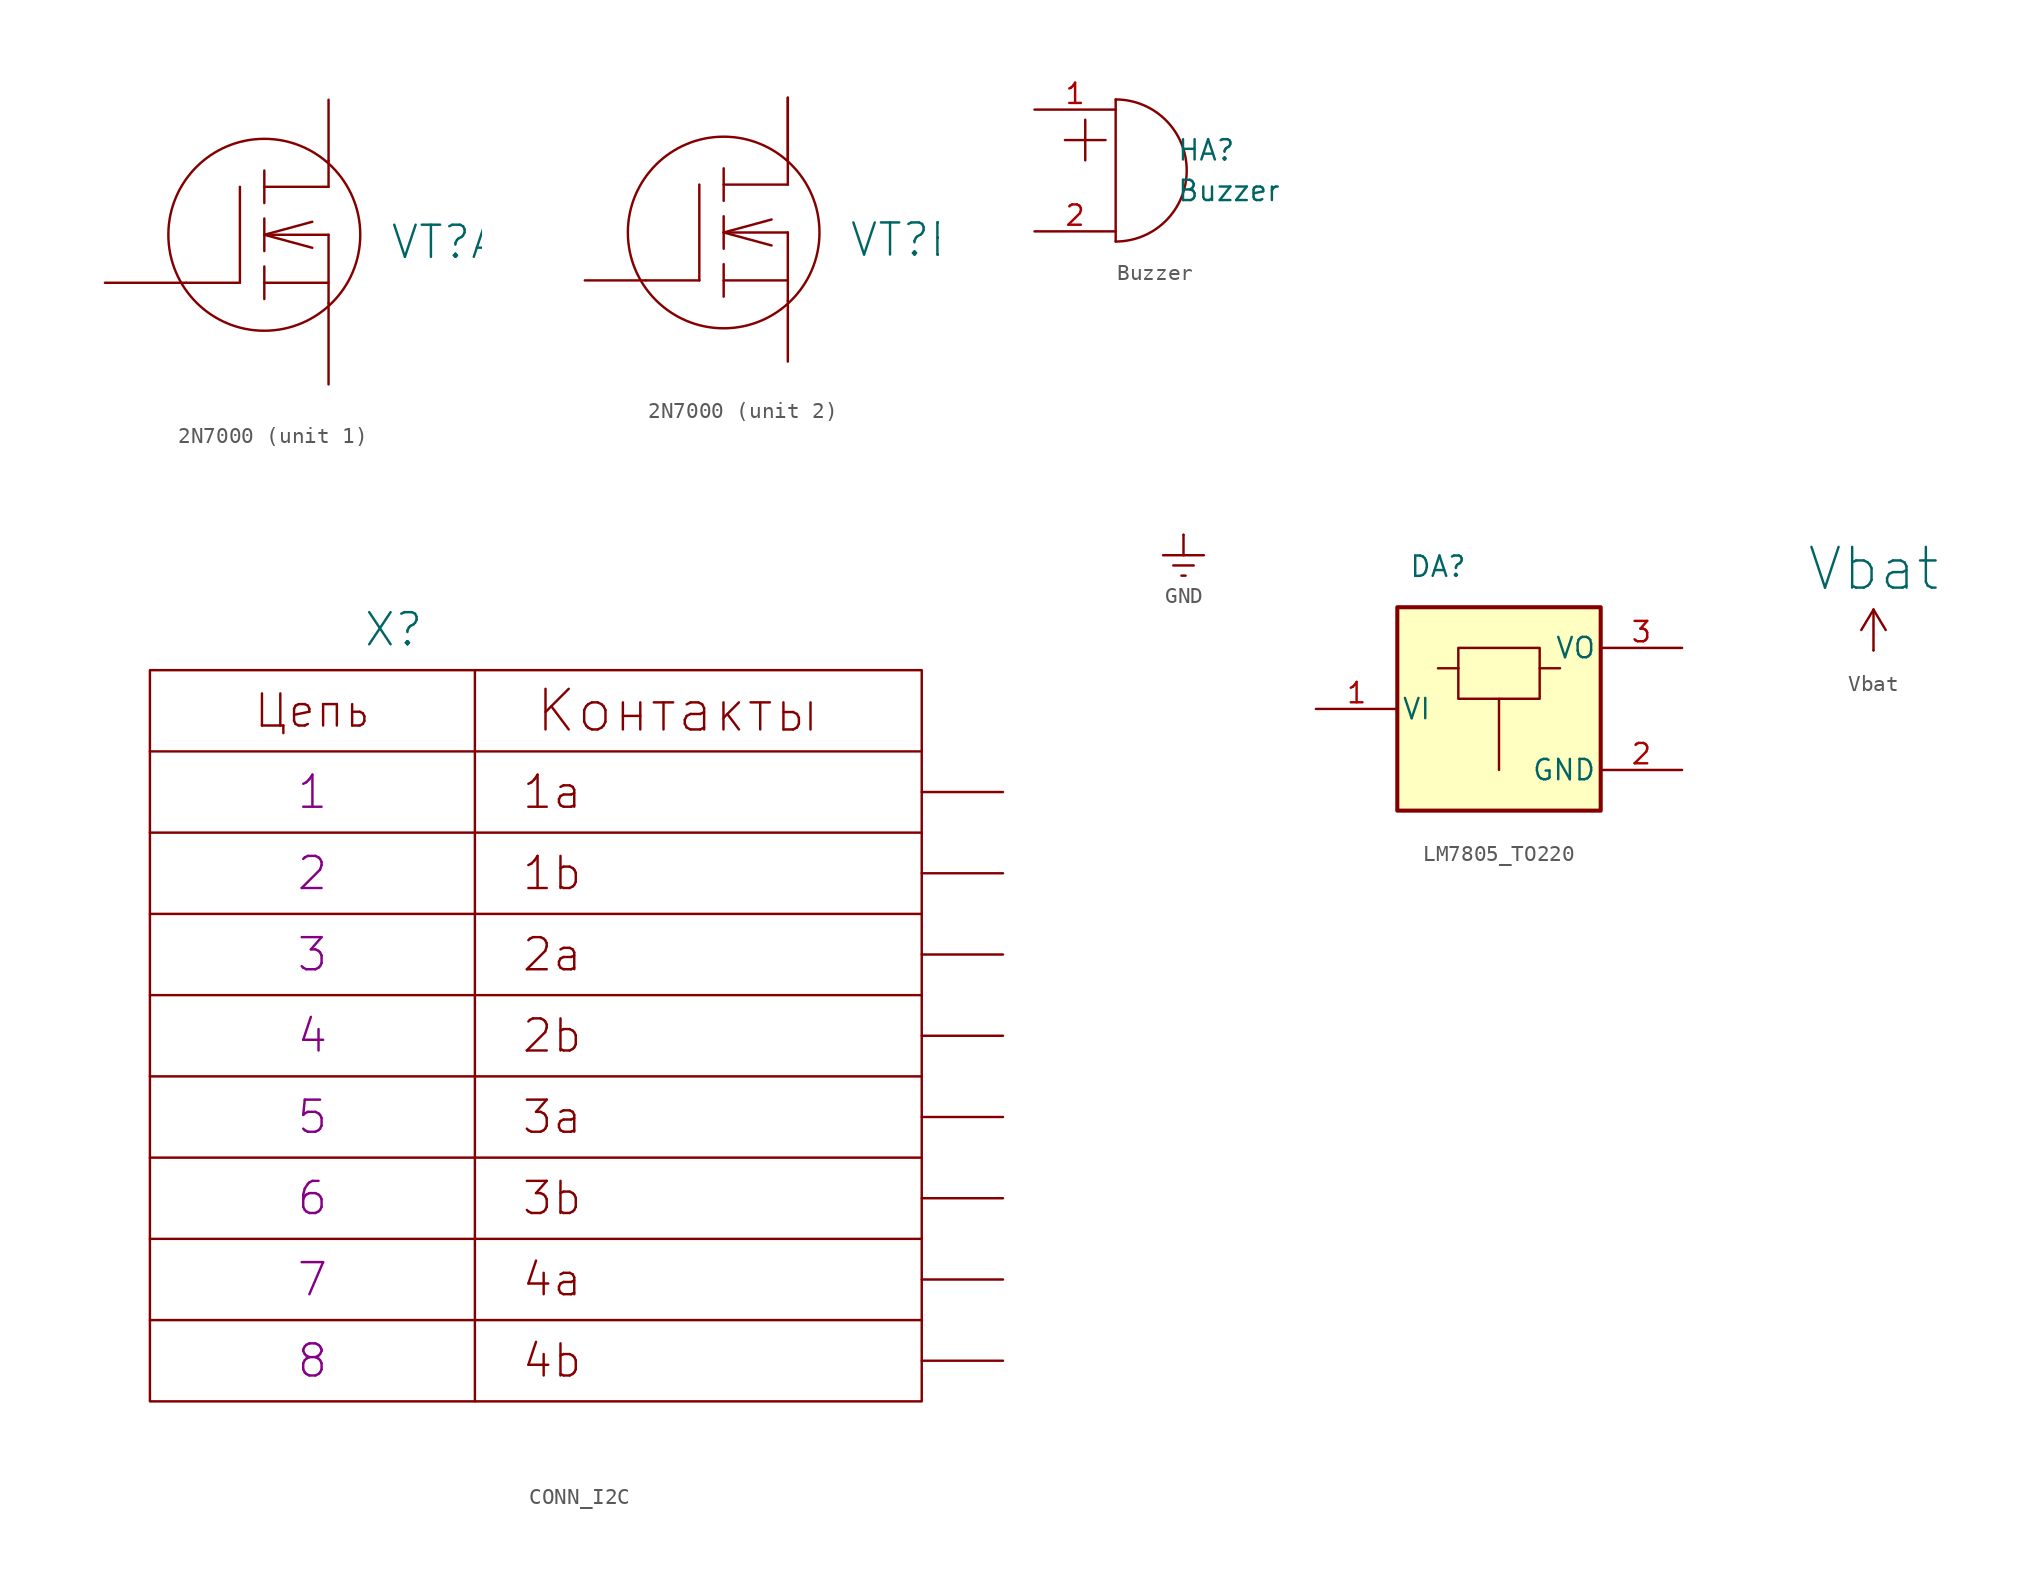
<source format=kicad_sym>
(kicad_symbol_lib
  (version 20231120)
  (generator "kicad_symbol_editor")
  (generator_version "8.0")
  (symbol "2N7000"
    (pin_numbers hide)
    (pin_names
      (offset 0) hide)
    (property "Reference" "VT"
      (at 7.62 0 0)
      (effects (font (size 2.007 2.007)) (justify left)))
    (symbol "2N7000_0_1"
      (circle (center -0.203 0.457) (radius 5.994) (stroke (width 0) (type solid)) (fill (type none)))
      (polyline (pts (xy -5.08 -2.54) (xy -1.727 -2.54)) (stroke (width 0) (type solid)) (fill (type none)))
      (polyline (pts (xy -1.727 -2.54) (xy -1.727 3.454)) (stroke (width 0) (type solid)) (fill (type none)))
      (polyline (pts (xy -0.203 -2.54) (xy 3.81 -2.54)) (stroke (width 0) (type solid)) (fill (type none)))
      (polyline (pts (xy -0.203 -1.524) (xy -0.203 -3.556)) (stroke (width 0) (type solid)) (fill (type none)))
      (polyline (pts (xy -0.203 0.457) (xy 2.794 -0.356)) (stroke (width 0) (type solid)) (fill (type none)))
      (polyline (pts (xy -0.203 0.457) (xy 2.794 1.27)) (stroke (width 0) (type solid)) (fill (type none)))
      (polyline (pts (xy -0.203 0.457) (xy 3.81 0.457)) (stroke (width 0) (type solid)) (fill (type none)))
      (polyline (pts (xy -0.203 1.473) (xy -0.203 -0.559)) (stroke (width 0) (type solid)) (fill (type none)))
      (polyline (pts (xy -0.203 3.454) (xy 3.81 3.454)) (stroke (width 0) (type solid)) (fill (type none)))
      (polyline (pts (xy -0.203 4.47) (xy -0.203 2.438)) (stroke (width 0) (type solid)) (fill (type none)))
      (polyline (pts (xy 3.81 -3.81) (xy 3.81 0.457)) (stroke (width 0) (type solid)) (fill (type none)))
      (polyline (pts (xy 3.81 5.08) (xy 3.81 3.454)) (stroke (width 0) (type solid)) (fill (type none))))
    (symbol "2N7000_1_1"
      (pin passive line (at 3.81 -8.89 90) (length 5.08) (name "S1" (effects (font (size 2.007 2.007)))) (number "1" (effects (font (size 2.007 2.007)))))
      (pin passive line (at -10.16 -2.54 0) (length 5.08) (name "G1" (effects (font (size 2.007 2.007)))) (number "2" (effects (font (size 2.007 2.007)))))
      (pin passive line (at 3.81 8.89 270) (length 3.81) (name "D1" (effects (font (size 2.007 2.007)))) (number "6" (effects (font (size 2.007 2.007))))))
    (symbol "2N7000_2_1"
      (pin passive line (at 3.81 -7.62 90) (length 3.81) (name "S2" (effects (font (size 2.007 2.007)))) (number "3" (effects (font (size 2.007 2.007)))))
      (pin passive line (at -8.89 -2.54 0) (length 3.81) (name "G2" (effects (font (size 2.007 2.007)))) (number "4" (effects (font (size 2.007 2.007)))))
      (pin passive line (at 3.81 8.89 270) (length 3.81) (name "D2" (effects (font (size 2.007 2.007)))) (number "7" (effects (font (size 2.007 2.007)))))
      (pin passive line (at 3.81 8.89 270) (length 3.81) (name "D2" (effects (font (size 2.007 2.007)))) (number "8" (effects (font (size 2.007 2.007)))))))
  (symbol "Buzzer"
    (pin_names
      (offset 0.025) hide)
    (property "Reference" "HA"
      (at 3.81 1.27 0)
      (effects (font (size 1.27 1.27)) (justify left)))
    (property "Value" "Buzzer"
      (at 3.81 -1.27 0)
      (effects (font (size 1.27 1.27)) (justify left)))
    (symbol "Buzzer_0_0"
      (polyline (pts (xy -3.175 1.905) (xy -0.635 1.905)) (stroke (width 0) (type default)) (fill (type none)))
      (polyline (pts (xy -1.905 3.175) (xy -1.905 0.635)) (stroke (width 0) (type default)) (fill (type none))))
    (symbol "Buzzer_0_1"
      (arc (start 0 -4.445) (mid 4.445 0) (end 0 4.445) (stroke (width 0) (type default)) (fill (type none)))
      (polyline (pts (xy 0 4.445) (xy 0 -4.445)) (stroke (width 0) (type default)) (fill (type none))))
    (symbol "Buzzer_1_1"
      (pin passive line (at -5.08 3.81 0) (length 5.08) (name "+" (effects (font (size 1.27 1.27)))) (number "1" (effects (font (size 1.27 1.27)))))
      (pin passive line (at -5.08 -3.81 0) (length 5.08) (name "-" (effects (font (size 1.27 1.27)))) (number "2" (effects (font (size 1.27 1.27)))))))
  (symbol "CONN_I2C"
    (pin_numbers hide)
    (pin_names
      (offset 0) hide)
    (property "Reference" "X"
      (at 0 25.4 0)
      (effects (font (size 2.007 2.007))))
    (property "PIN1" "1"
      (at -5.08 15.24 0)
      (effects (font (size 2.007 2.007))))
    (property "PIN2" "2"
      (at -5.08 10.16 0)
      (effects (font (size 2.007 2.007))))
    (property "PIN3" "3"
      (at -5.08 5.08 0)
      (effects (font (size 2.007 2.007))))
    (property "PIN4" "4"
      (at -5.08 0 0)
      (effects (font (size 2.007 2.007))))
    (property "PIN5" "5"
      (at -5.08 -5.08 0)
      (effects (font (size 2.007 2.007))))
    (property "PIN6" "6"
      (at -5.08 -10.16 0)
      (effects (font (size 2.007 2.007))))
    (property "PIN7" "7"
      (at -5.08 -15.24 0)
      (effects (font (size 2.007 2.007))))
    (property "PIN8" "8"
      (at -5.08 -20.32 0)
      (effects (font (size 2.007 2.007))))
    (symbol "CONN_I2C_0_0"
      (rectangle (start -15.24 22.86) (end 33.02 -22.86) (stroke (width 0) (type solid)) (fill (type none)))
      (polyline (pts (xy -15.24 -2.54) (xy 33.02 -2.54)) (stroke (width 0) (type solid)) (fill (type none)))
      (polyline (pts (xy -15.24 2.54) (xy 33.02 2.54)) (stroke (width 0) (type solid)) (fill (type none)))
      (polyline (pts (xy -15.24 7.62) (xy 33.02 7.62)) (stroke (width 0) (type solid)) (fill (type none)))
      (polyline (pts (xy -15.24 12.7) (xy 33.02 12.7)) (stroke (width 0) (type solid)) (fill (type none)))
      (polyline (pts (xy -15.24 17.78) (xy 33.02 17.78)) (stroke (width 0) (type solid)) (fill (type none)))
      (polyline (pts (xy 5.08 22.86) (xy 5.08 -22.86)) (stroke (width 0) (type solid)) (fill (type none))))
    (symbol "CONN_I2C_1_0"
      (polyline (pts (xy -15.24 -17.78) (xy 33.02 -17.78)) (stroke (width 0) (type solid)) (fill (type none)))
      (polyline (pts (xy -15.24 -12.7) (xy 33.02 -12.7)) (stroke (width 0) (type solid)) (fill (type none)))
      (polyline (pts (xy -15.24 -7.62) (xy 33.02 -7.62)) (stroke (width 0) (type solid)) (fill (type none))))
    (symbol "CONN_I2C_1_1"
      (text "1a" (at 9.906 15.24 0) (effects (font (size 2.007 2.007))))
      (text "1b" (at 9.906 10.16 0) (effects (font (size 2.007 2.007))))
      (text "2a" (at 9.906 5.08 0) (effects (font (size 2.007 2.007))))
      (text "2b" (at 9.906 0 0) (effects (font (size 2.007 2.007))))
      (text "3a" (at 9.906 -5.08 0) (effects (font (size 2.007 2.007))))
      (text "3b" (at 9.906 -10.16 0) (effects (font (size 2.007 2.007))))
      (text "4a" (at 9.906 -15.24 0) (effects (font (size 2.007 2.007))))
      (text "4b" (at 9.906 -20.32 0) (effects (font (size 2.007 2.007))))
      (text "Контакты" (at 17.78 20.32 0) (effects (font (size 2.54 2.54))))
      (text "Цепь" (at -5.08 20.32 0) (effects (font (size 2.007 2.007))))
      (pin passive line (at 38.1 15.24 180) (length 5.08) (name "1" (effects (font (size 2.007 2.007)))) (number "1" (effects (font (size 2.007 2.007)))))
      (pin passive line (at 38.1 10.16 180) (length 5.08) (name "2" (effects (font (size 2.007 2.007)))) (number "2" (effects (font (size 2.007 2.007)))))
      (pin passive line (at 38.1 5.08 180) (length 5.08) (name "3" (effects (font (size 2.007 2.007)))) (number "3" (effects (font (size 2.007 2.007)))))
      (pin passive line (at 38.1 0 180) (length 5.08) (name "4" (effects (font (size 2.007 2.007)))) (number "4" (effects (font (size 2.007 2.007)))))
      (pin passive line (at 38.1 -5.08 180) (length 5.08) (name "5" (effects (font (size 2.007 2.007)))) (number "5" (effects (font (size 2.007 2.007)))))
      (pin passive line (at 38.1 -10.16 180) (length 5.08) (name "6" (effects (font (size 2.007 2.007)))) (number "6" (effects (font (size 2.007 2.007)))))
      (pin passive line (at 38.1 -15.24 180) (length 5.08) (name "7" (effects (font (size 2.007 2.007)))) (number "7" (effects (font (size 2.007 2.007)))))
      (pin passive line (at 38.1 -20.32 180) (length 5.08) (name "8" (effects (font (size 2.007 2.007)))) (number "8" (effects (font (size 2.007 2.007)))))))
  (symbol "GND"
    (power)
    (pin_numbers hide)
    (pin_names
      (offset 0) hide)
    (property "Reference" "#PWR"
      (at 0 -6.35 0)
      (effects (font (size 1.27 1.27)) (hide yes)))
    (symbol "GND_0_1"
      (polyline (pts (xy -0.635 -1.905) (xy 0.635 -1.905)) (stroke (width 0) (type default)) (fill (type none)))
      (polyline (pts (xy -0.127 -2.54) (xy 0.127 -2.54)) (stroke (width 0) (type default)) (fill (type none)))
      (polyline (pts (xy 0 -1.27) (xy 0 0)) (stroke (width 0) (type default)) (fill (type none)))
      (polyline (pts (xy 1.27 -1.27) (xy -1.27 -1.27)) (stroke (width 0) (type default)) (fill (type none))))
    (symbol "GND_1_1"
      (pin power_in line (at 0 0 270) (length 0) (name "~" (effects (font (size 1.27 1.27)))) (number "1" (effects (font (size 1.27 1.27)))))))
  (symbol "LM7805_TO220"
    (pin_names
      (offset 0.254))
    (property "Reference" "DA"
      (at 7.62 8.89 0)
      (effects (font (size 1.27 1.27))))
    (symbol "LM7805_TO220_0_1"
      (polyline (pts (xy 7.62 2.54) (xy 8.89 2.54)) (stroke (width 0) (type default)) (fill (type none)))
      (polyline (pts (xy 8.89 2.54) (xy 8.89 2.54)) (stroke (width 0) (type default)) (fill (type none)))
      (polyline (pts (xy 11.43 0.635) (xy 11.43 -3.81)) (stroke (width 0) (type default)) (fill (type none)))
      (polyline (pts (xy 13.97 2.54) (xy 15.24 2.54)) (stroke (width 0) (type default)) (fill (type none)))
      (rectangle (start 5.08 6.35) (end 17.78 -6.35) (stroke (width 0.254) (type default)) (fill (type background)))
      (rectangle (start 8.89 3.81) (end 13.97 0.635) (stroke (width 0) (type default)) (fill (type none))))
    (symbol "LM7805_TO220_1_1"
      (pin power_in line (at 0 0 0) (length 5.08) (name "VI" (effects (font (size 1.27 1.27)))) (number "1" (effects (font (size 1.27 1.27)))))
      (pin power_in line (at 22.86 -3.81 180) (length 5.08) (name "GND" (effects (font (size 1.27 1.27)))) (number "2" (effects (font (size 1.27 1.27)))))
      (pin power_out line (at 22.86 3.81 180) (length 5.08) (name "VO" (effects (font (size 1.27 1.27)))) (number "3" (effects (font (size 1.27 1.27)))))))
  (symbol "Vbat"
    (power)
    (pin_numbers hide)
    (pin_names
      (offset 0) hide)
    (property "Reference" "#PWR"
      (at 0 -3.81 0)
      (effects (font (size 1.27 1.27)) (hide yes)))
    (property "Value" "Vbat"
      (at 0 5.08 0)
      (effects (font (size 2.54 2.54))))
    (symbol "Vbat_0_1"
      (polyline (pts (xy -0.762 1.27) (xy 0 2.54)) (stroke (width 0) (type default)) (fill (type none)))
      (polyline (pts (xy 0 0) (xy 0 2.54)) (stroke (width 0) (type default)) (fill (type none)))
      (polyline (pts (xy 0 2.54) (xy 0.762 1.27)) (stroke (width 0) (type default)) (fill (type none))))
    (symbol "Vbat_1_1"
      (pin power_in line (at 0 0 90) (length 0) (name "~" (effects (font (size 1.27 1.27)))) (number "1" (effects (font (size 1.27 1.27))))))))
</source>
